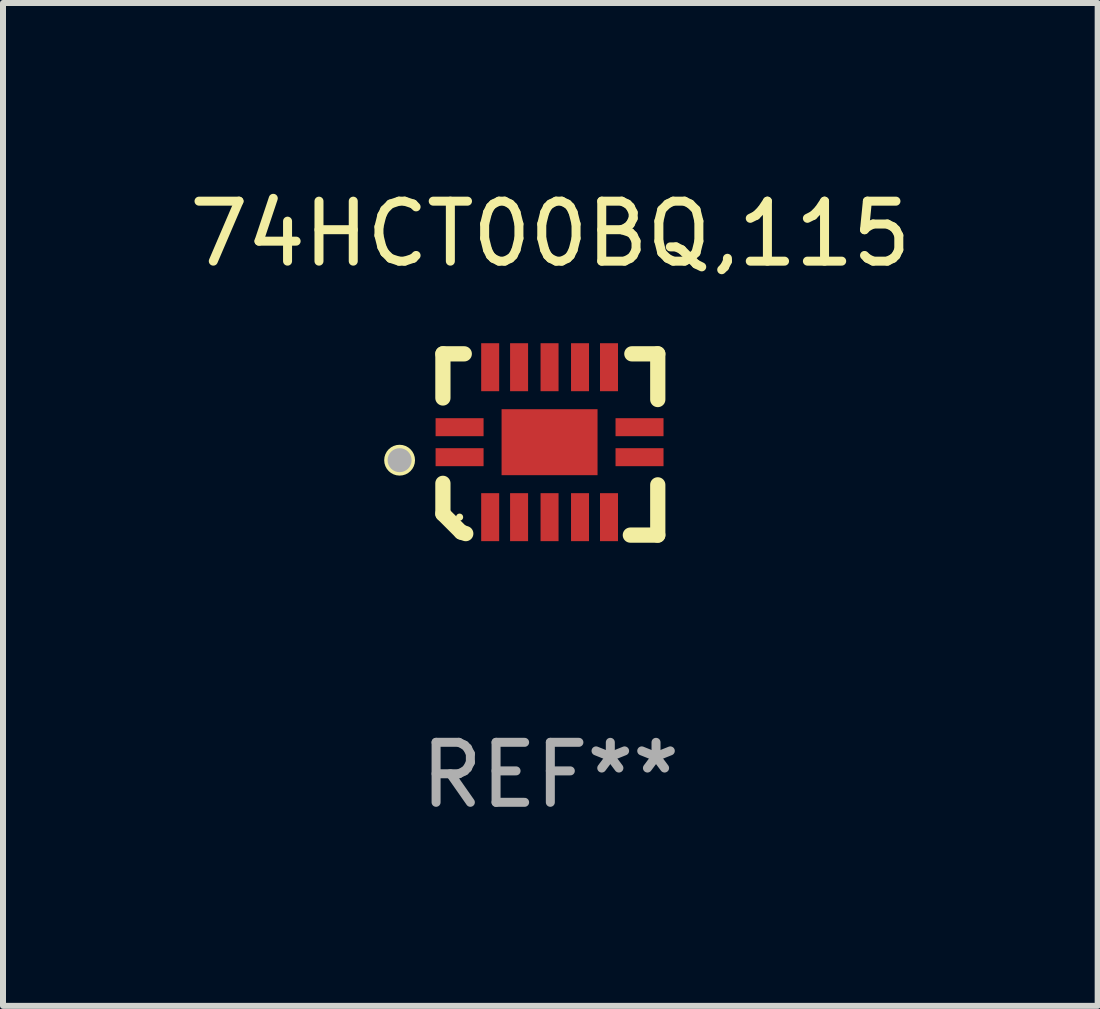
<source format=kicad_pcb>
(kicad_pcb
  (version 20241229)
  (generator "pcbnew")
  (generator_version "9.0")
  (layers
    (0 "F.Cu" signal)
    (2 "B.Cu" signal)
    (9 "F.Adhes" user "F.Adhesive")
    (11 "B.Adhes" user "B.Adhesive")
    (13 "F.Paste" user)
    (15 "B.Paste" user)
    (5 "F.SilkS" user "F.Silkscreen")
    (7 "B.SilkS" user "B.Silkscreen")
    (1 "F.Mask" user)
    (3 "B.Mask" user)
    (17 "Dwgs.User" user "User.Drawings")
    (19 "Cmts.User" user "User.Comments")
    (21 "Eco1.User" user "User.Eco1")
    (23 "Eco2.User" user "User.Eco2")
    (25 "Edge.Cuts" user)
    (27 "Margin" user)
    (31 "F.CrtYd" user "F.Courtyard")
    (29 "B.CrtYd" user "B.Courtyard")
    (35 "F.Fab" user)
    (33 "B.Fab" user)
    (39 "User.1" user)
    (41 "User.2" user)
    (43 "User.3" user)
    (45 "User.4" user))
  (footprint "74HCT00BQ,115"
    (layer "F.Cu")
    (at 6.125 4.36)
    (property "Reference" "74HCT00BQ,115" (at 0 -3.511 0) (layer "F.SilkS") (effects (font (size 1 1) (thickness 0.15))))
    (attr through_hole)
    (fp_line (start -1.791 -1.511) (end -1.435 -1.511) (stroke (width 0.254) (type solid)) (layer "F.SilkS"))
    (fp_line (start -1.791 -0.775) (end -1.791 -1.511) (stroke (width 0.254) (type solid)) (layer "F.SilkS"))
    (fp_line (start -1.791 1.156) (end -1.791 0.648) (stroke (width 0.254) (type solid)) (layer "F.SilkS"))
    (fp_line (start -1.486 1.461) (end -1.791 1.156) (stroke (width 0.254) (type solid)) (layer "F.SilkS"))
    (fp_line (start -1.41 1.486) (end -1.486 1.461) (stroke (width 0.254) (type solid)) (layer "F.SilkS"))
    (fp_line (start 1.334 1.511) (end 1.791 1.511) (stroke (width 0.254) (type solid)) (layer "F.SilkS"))
    (fp_line (start 1.791 -1.511) (end 1.359 -1.511) (stroke (width 0.254) (type solid)) (layer "F.SilkS"))
    (fp_line (start 1.791 -0.749) (end 1.791 -1.511) (stroke (width 0.254) (type solid)) (layer "F.SilkS"))
    (fp_line (start 1.791 1.511) (end 1.791 0.673) (stroke (width 0.254) (type solid)) (layer "F.SilkS"))
    (fp_circle (center -2.513 0.262) (end -2.383 0.262) (stroke (width 0.254) (type solid)) (fill no) (layer "F.SilkS"))
    (fp_circle (center -1.513 1.212) (end -1.483 1.212) (stroke (width 0.06) (type solid)) (fill no) (layer "F.SilkS"))
    (fp_circle (center -2.513 0.262) (end -2.413 0.262) (stroke (width 0.2) (type solid)) (fill no) (layer "F.Fab"))
    (fp_text user "REF**" (at 0 5.511 0) (layer "F.Fab") (effects (font (size 1 1) (thickness 0.15))))
    (pad "1" smd rect (at -1.513 0.212) (size 0.8 0.3) (layers "F.Cu" "F.Mask" "F.Paste"))
    (pad "2" smd rect (at -1.003 1.212) (size 0.3 0.8) (layers "F.Cu" "F.Mask" "F.Paste"))
    (pad "3" smd rect (at -0.521 1.212) (size 0.3 0.8) (layers "F.Cu" "F.Mask" "F.Paste"))
    (pad "4" smd rect (at -0.013 1.212) (size 0.3 0.8) (layers "F.Cu" "F.Mask" "F.Paste"))
    (pad "5" smd rect (at 0.495 1.212) (size 0.3 0.8) (layers "F.Cu" "F.Mask" "F.Paste"))
    (pad "6" smd rect (at 0.978 1.212) (size 0.3 0.8) (layers "F.Cu" "F.Mask" "F.Paste"))
    (pad "7" smd rect (at 1.487 0.212) (size 0.8 0.3) (layers "F.Cu" "F.Mask" "F.Paste"))
    (pad "8" smd rect (at 1.487 -0.288) (size 0.8 0.3) (layers "F.Cu" "F.Mask" "F.Paste"))
    (pad "9" smd rect (at 0.978 -1.288) (size 0.3 0.8) (layers "F.Cu" "F.Mask" "F.Paste"))
    (pad "10" smd rect (at 0.495 -1.288) (size 0.3 0.8) (layers "F.Cu" "F.Mask" "F.Paste"))
    (pad "11" smd rect (at -0.013 -1.288) (size 0.3 0.8) (layers "F.Cu" "F.Mask" "F.Paste"))
    (pad "12" smd rect (at -0.521 -1.288) (size 0.3 0.8) (layers "F.Cu" "F.Mask" "F.Paste"))
    (pad "13" smd rect (at -1.003 -1.288) (size 0.3 0.8) (layers "F.Cu" "F.Mask" "F.Paste"))
    (pad "14" smd rect (at -1.513 -0.288) (size 0.8 0.3) (layers "F.Cu" "F.Mask" "F.Paste"))
    (pad "15" smd rect (at -0.013 -0.038 90) (size 1.1 1.6) (layers "F.Cu" "F.Mask" "F.Paste")))
  (gr_rect
    (start -3 -3)
    (end 15.25 13.719)
    (stroke (width 0.1) (type default))
    (fill no)
    (layer "Edge.Cuts")))
</source>
